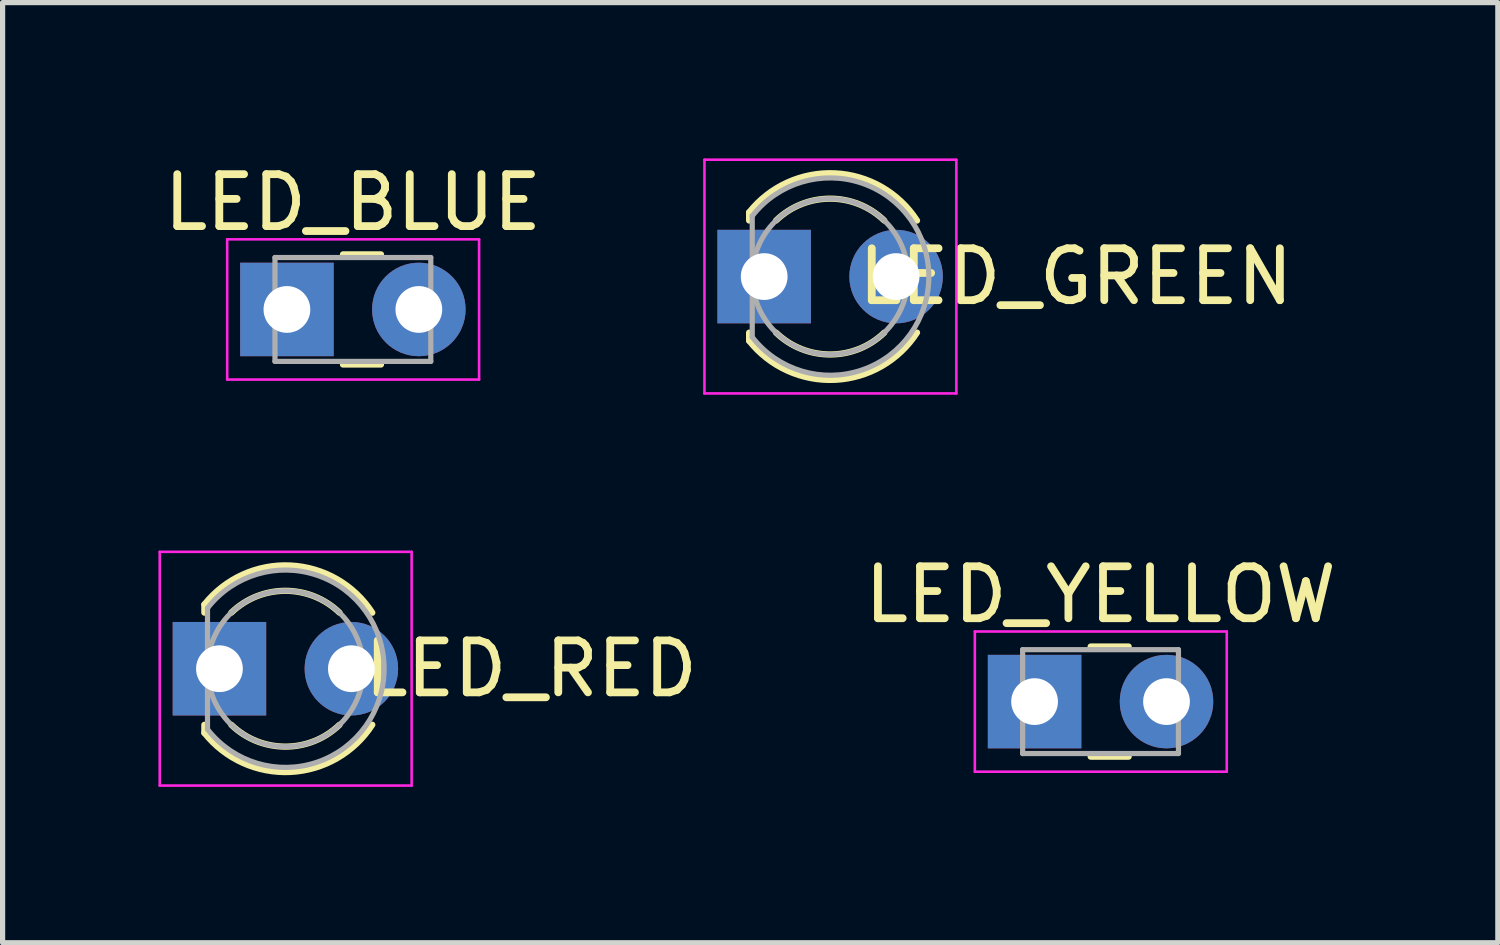
<source format=kicad_pcb>
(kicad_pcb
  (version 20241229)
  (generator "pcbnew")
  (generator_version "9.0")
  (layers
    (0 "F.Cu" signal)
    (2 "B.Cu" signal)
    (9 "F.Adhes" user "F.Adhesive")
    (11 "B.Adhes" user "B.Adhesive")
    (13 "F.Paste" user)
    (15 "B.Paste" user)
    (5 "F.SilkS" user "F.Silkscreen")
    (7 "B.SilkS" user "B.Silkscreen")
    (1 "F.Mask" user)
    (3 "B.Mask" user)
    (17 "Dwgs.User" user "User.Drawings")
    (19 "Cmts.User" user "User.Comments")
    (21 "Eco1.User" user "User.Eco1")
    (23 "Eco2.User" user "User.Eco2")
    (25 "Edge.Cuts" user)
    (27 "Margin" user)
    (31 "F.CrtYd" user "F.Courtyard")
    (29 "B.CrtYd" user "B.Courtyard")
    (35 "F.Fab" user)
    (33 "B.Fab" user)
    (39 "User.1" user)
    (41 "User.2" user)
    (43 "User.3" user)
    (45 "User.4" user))
  (footprint "LED_GREEN"
    (layer "F.Cu")
    (at 11.663 2.275)
    (property "Reference" "LED_GREEN" (at 6 0 0) (layer "F.SilkS") (effects (font (size 1 1) (thickness 0.15))))
    (attr through_hole)
    (fp_line (start -0.29 -1.236) (end -0.29 -1.08) (stroke (width 0.12) (type solid)) (layer "F.SilkS"))
    (fp_line (start -0.29 1.08) (end -0.29 1.236) (stroke (width 0.12) (type solid)) (layer "F.SilkS"))
    (fp_arc (start -0.29 -1.235516) (mid 1.366487 -1.987659) (end 2.942335 -1.078608) (stroke (width 0.12) (type solid)) (layer "F.SilkS"))
    (fp_arc (start 0.229039 -1.08) (mid 1.270117 -1.5) (end 2.31113 -1.079837) (stroke (width 0.12) (type solid)) (layer "F.SilkS"))
    (fp_arc (start 2.31113 1.079837) (mid 1.270117 1.5) (end 0.229039 1.08) (stroke (width 0.12) (type solid)) (layer "F.SilkS"))
    (fp_arc (start 2.942335 1.078608) (mid 1.366487 1.987659) (end -0.29 1.235516) (stroke (width 0.12) (type solid)) (layer "F.SilkS"))
    (fp_line (start -1.15 -2.25) (end -1.15 2.25) (stroke (width 0.05) (type solid)) (layer "F.CrtYd"))
    (fp_line (start -1.15 2.25) (end 3.7 2.25) (stroke (width 0.05) (type solid)) (layer "F.CrtYd"))
    (fp_line (start 3.7 -2.25) (end -1.15 -2.25) (stroke (width 0.05) (type solid)) (layer "F.CrtYd"))
    (fp_line (start 3.7 2.25) (end 3.7 -2.25) (stroke (width 0.05) (type solid)) (layer "F.CrtYd"))
    (fp_line (start -0.23 -1.166) (end -0.23 1.166) (stroke (width 0.1) (type solid)) (layer "F.Fab"))
    (fp_arc (start -0.23 -1.16619) (mid 3.17 0.000452) (end -0.230555 1.165476) (stroke (width 0.1) (type solid)) (layer "F.Fab"))
    (fp_circle (center 1.27 0) (end 2.77 0) (stroke (width 0.1) (type solid)) (fill no) (layer "F.Fab"))
    (pad "1" thru_hole rect (at 0 0) (size 1.8 1.8) (drill 0.9) (layers "*.Cu" "*.Mask"))
    (pad "2" thru_hole circle (at 2.54 0) (size 1.8 1.8) (drill 0.9) (layers "*.Cu" "*.Mask")))
  (footprint "LED_YELLOW"
    (layer "F.Cu")
    (at 16.869 10.458)
    (property "Reference" "LED_YELLOW" (at 1.27 -2.06 0) (layer "F.SilkS") (effects (font (size 1 1) (thickness 0.15))))
    (attr through_hole)
    (fp_line (start 1.08 -1.06) (end 1.811 -1.06) (stroke (width 0.12) (type solid)) (layer "F.SilkS"))
    (fp_line (start 1.08 1.06) (end 1.811 1.06) (stroke (width 0.12) (type solid)) (layer "F.SilkS"))
    (fp_line (start -1.15 -1.35) (end -1.15 1.35) (stroke (width 0.05) (type solid)) (layer "F.CrtYd"))
    (fp_line (start -1.15 1.35) (end 3.7 1.35) (stroke (width 0.05) (type solid)) (layer "F.CrtYd"))
    (fp_line (start 3.7 -1.35) (end -1.15 -1.35) (stroke (width 0.05) (type solid)) (layer "F.CrtYd"))
    (fp_line (start 3.7 1.35) (end 3.7 -1.35) (stroke (width 0.05) (type solid)) (layer "F.CrtYd"))
    (fp_line (start -0.23 -1) (end -0.23 1) (stroke (width 0.1) (type solid)) (layer "F.Fab"))
    (fp_line (start -0.23 1) (end 2.77 1) (stroke (width 0.1) (type solid)) (layer "F.Fab"))
    (fp_line (start 2.77 -1) (end -0.23 -1) (stroke (width 0.1) (type solid)) (layer "F.Fab"))
    (fp_line (start 2.77 1) (end 2.77 -1) (stroke (width 0.1) (type solid)) (layer "F.Fab"))
    (pad "1" thru_hole rect (at 0 0) (size 1.8 1.8) (drill 0.9) (layers "*.Cu" "*.Mask"))
    (pad "2" thru_hole circle (at 2.54 0) (size 1.8 1.8) (drill 0.9) (layers "*.Cu" "*.Mask")))
  (footprint "LED_RED"
    (layer "F.Cu")
    (at 1.175 9.825)
    (property "Reference" "LED_RED" (at 6 0 0) (layer "F.SilkS") (effects (font (size 1 1) (thickness 0.15))))
    (attr through_hole)
    (fp_line (start -0.29 -1.236) (end -0.29 -1.08) (stroke (width 0.12) (type solid)) (layer "F.SilkS"))
    (fp_line (start -0.29 1.08) (end -0.29 1.236) (stroke (width 0.12) (type solid)) (layer "F.SilkS"))
    (fp_arc (start -0.29 -1.235516) (mid 1.366487 -1.987659) (end 2.942335 -1.078608) (stroke (width 0.12) (type solid)) (layer "F.SilkS"))
    (fp_arc (start 0.229039 -1.08) (mid 1.270117 -1.5) (end 2.31113 -1.079837) (stroke (width 0.12) (type solid)) (layer "F.SilkS"))
    (fp_arc (start 2.31113 1.079837) (mid 1.270117 1.5) (end 0.229039 1.08) (stroke (width 0.12) (type solid)) (layer "F.SilkS"))
    (fp_arc (start 2.942335 1.078608) (mid 1.366487 1.987659) (end -0.29 1.235516) (stroke (width 0.12) (type solid)) (layer "F.SilkS"))
    (fp_line (start -1.15 -2.25) (end -1.15 2.25) (stroke (width 0.05) (type solid)) (layer "F.CrtYd"))
    (fp_line (start -1.15 2.25) (end 3.7 2.25) (stroke (width 0.05) (type solid)) (layer "F.CrtYd"))
    (fp_line (start 3.7 -2.25) (end -1.15 -2.25) (stroke (width 0.05) (type solid)) (layer "F.CrtYd"))
    (fp_line (start 3.7 2.25) (end 3.7 -2.25) (stroke (width 0.05) (type solid)) (layer "F.CrtYd"))
    (fp_line (start -0.23 -1.166) (end -0.23 1.166) (stroke (width 0.1) (type solid)) (layer "F.Fab"))
    (fp_arc (start -0.23 -1.16619) (mid 3.17 0.000452) (end -0.230555 1.165476) (stroke (width 0.1) (type solid)) (layer "F.Fab"))
    (fp_circle (center 1.27 0) (end 2.77 0) (stroke (width 0.1) (type solid)) (fill no) (layer "F.Fab"))
    (pad "1" thru_hole rect (at 0 0) (size 1.8 1.8) (drill 0.9) (layers "*.Cu" "*.Mask"))
    (pad "2" thru_hole circle (at 2.54 0) (size 1.8 1.8) (drill 0.9) (layers "*.Cu" "*.Mask")))
  (footprint "LED_BLUE"
    (layer "F.Cu")
    (at 2.474 2.908)
    (property "Reference" "LED_BLUE" (at 1.27 -2.06 0) (layer "F.SilkS") (effects (font (size 1 1) (thickness 0.15))))
    (attr through_hole)
    (fp_line (start 1.08 -1.06) (end 1.811 -1.06) (stroke (width 0.12) (type solid)) (layer "F.SilkS"))
    (fp_line (start 1.08 1.06) (end 1.811 1.06) (stroke (width 0.12) (type solid)) (layer "F.SilkS"))
    (fp_line (start -1.15 -1.35) (end -1.15 1.35) (stroke (width 0.05) (type solid)) (layer "F.CrtYd"))
    (fp_line (start -1.15 1.35) (end 3.7 1.35) (stroke (width 0.05) (type solid)) (layer "F.CrtYd"))
    (fp_line (start 3.7 -1.35) (end -1.15 -1.35) (stroke (width 0.05) (type solid)) (layer "F.CrtYd"))
    (fp_line (start 3.7 1.35) (end 3.7 -1.35) (stroke (width 0.05) (type solid)) (layer "F.CrtYd"))
    (fp_line (start -0.23 -1) (end -0.23 1) (stroke (width 0.1) (type solid)) (layer "F.Fab"))
    (fp_line (start -0.23 1) (end 2.77 1) (stroke (width 0.1) (type solid)) (layer "F.Fab"))
    (fp_line (start 2.77 -1) (end -0.23 -1) (stroke (width 0.1) (type solid)) (layer "F.Fab"))
    (fp_line (start 2.77 1) (end 2.77 -1) (stroke (width 0.1) (type solid)) (layer "F.Fab"))
    (pad "1" thru_hole rect (at 0 0) (size 1.8 1.8) (drill 0.9) (layers "*.Cu" "*.Mask"))
    (pad "2" thru_hole circle (at 2.54 0) (size 1.8 1.8) (drill 0.9) (layers "*.Cu" "*.Mask")))
  (gr_rect
    (start -3 -3)
    (end 25.788 15.1)
    (stroke (width 0.1) (type default))
    (fill no)
    (layer "Edge.Cuts")))
</source>
